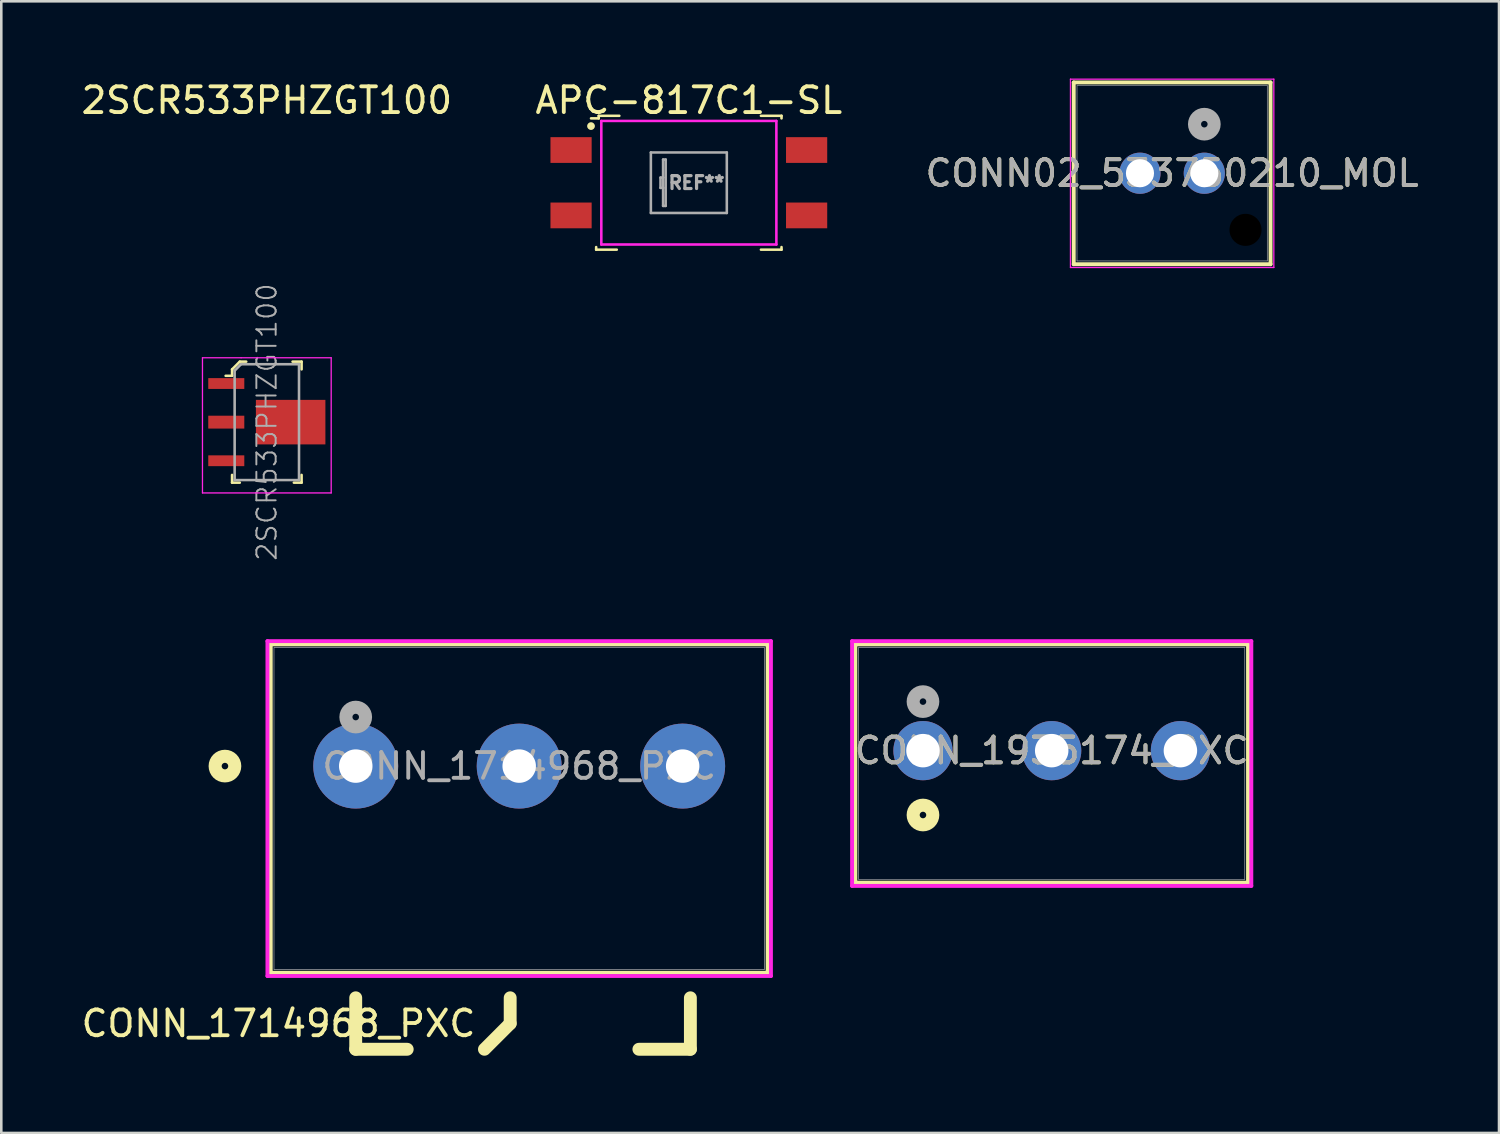
<source format=kicad_pcb>
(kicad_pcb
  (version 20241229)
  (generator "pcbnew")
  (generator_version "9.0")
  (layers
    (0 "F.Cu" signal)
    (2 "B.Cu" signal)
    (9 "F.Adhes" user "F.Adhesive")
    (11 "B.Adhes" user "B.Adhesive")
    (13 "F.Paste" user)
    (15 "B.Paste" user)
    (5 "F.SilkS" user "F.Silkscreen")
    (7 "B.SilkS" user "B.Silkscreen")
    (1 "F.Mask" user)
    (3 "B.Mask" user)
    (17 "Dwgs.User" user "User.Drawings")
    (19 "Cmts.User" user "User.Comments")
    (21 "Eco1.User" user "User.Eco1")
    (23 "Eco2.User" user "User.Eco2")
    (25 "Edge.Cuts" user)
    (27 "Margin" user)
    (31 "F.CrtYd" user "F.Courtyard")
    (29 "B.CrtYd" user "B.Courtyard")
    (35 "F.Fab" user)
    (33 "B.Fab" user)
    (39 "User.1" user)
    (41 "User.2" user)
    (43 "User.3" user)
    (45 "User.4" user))
  (footprint "APC-817C1-SL"
    (layer "F.Cu")
    (at 23.708 4.048)
    (property "Reference" "APC-817C1-SL" (at 0 -3.2 0) (layer "F.SilkS") (effects (font (size 1 1) (thickness 0.15))))
    (attr smd)
    (fp_line (start -3.8 -2.5) (end -3.5 -2.5) (stroke (width 0.1) (type solid)) (layer "F.SilkS"))
    (fp_line (start -3.6 2.5) (end -3.6 2.6) (stroke (width 0.1) (type solid)) (layer "F.SilkS"))
    (fp_line (start -3.6 2.6) (end -2.8 2.6) (stroke (width 0.1) (type solid)) (layer "F.SilkS"))
    (fp_line (start -3.5 -2.6) (end -2.7 -2.6) (stroke (width 0.1) (type solid)) (layer "F.SilkS"))
    (fp_line (start -3.5 -2.5) (end -3.5 -2.6) (stroke (width 0.1) (type solid)) (layer "F.SilkS"))
    (fp_line (start 3.6 -2.6) (end 2.8 -2.6) (stroke (width 0.1) (type solid)) (layer "F.SilkS"))
    (fp_line (start 3.6 -2.5) (end 3.6 -2.6) (stroke (width 0.1) (type solid)) (layer "F.SilkS"))
    (fp_line (start 3.6 2.5) (end 3.6 2.6) (stroke (width 0.1) (type solid)) (layer "F.SilkS"))
    (fp_line (start 3.6 2.6) (end 2.8 2.6) (stroke (width 0.1) (type solid)) (layer "F.SilkS"))
    (fp_circle (center -3.8 -2.2) (end -3.7 -2.2) (stroke (width 0.1) (type solid)) (fill yes) (layer "F.SilkS"))
    (fp_line (start -3.4 -2.4) (end 3.4 -2.4) (stroke (width 0.1) (type solid)) (layer "F.CrtYd"))
    (fp_line (start -3.4 2.4) (end -3.4 -2.4) (stroke (width 0.1) (type solid)) (layer "F.CrtYd"))
    (fp_line (start 3.4 -2.4) (end 3.4 2.4) (stroke (width 0.1) (type solid)) (layer "F.CrtYd"))
    (fp_line (start 3.4 2.4) (end -3.4 2.4) (stroke (width 0.1) (type solid)) (layer "F.CrtYd"))
    (fp_line (start -1.475 -1.175) (end -1.475 1.175) (stroke (width 0.1) (type solid)) (layer "F.Fab"))
    (fp_line (start -1.475 1.175) (end 1.475 1.175) (stroke (width 0.1) (type solid)) (layer "F.Fab"))
    (fp_line (start -1.1 -0.2) (end -1.1 0.2) (stroke (width 0.1) (type solid)) (layer "F.Fab"))
    (fp_line (start -1.1 0.2) (end -1 0.2) (stroke (width 0.1) (type solid)) (layer "F.Fab"))
    (fp_line (start -1 -0.9) (end -1 -0.2) (stroke (width 0.1) (type solid)) (layer "F.Fab"))
    (fp_line (start -1 -0.2) (end -1.1 -0.2) (stroke (width 0.1) (type solid)) (layer "F.Fab"))
    (fp_line (start -1 -0.2) (end -1 0.2) (stroke (width 0.1) (type solid)) (layer "F.Fab"))
    (fp_line (start -1 0.2) (end -1 0.9) (stroke (width 0.1) (type solid)) (layer "F.Fab"))
    (fp_line (start -1 0.9) (end -0.9 0.9) (stroke (width 0.1) (type solid)) (layer "F.Fab"))
    (fp_line (start -0.9 -0.9) (end -1 -0.9) (stroke (width 0.1) (type solid)) (layer "F.Fab"))
    (fp_line (start -0.9 0.9) (end -0.9 -0.9) (stroke (width 0.1) (type solid)) (layer "F.Fab"))
    (fp_line (start 1.475 -1.175) (end -1.475 -1.175) (stroke (width 0.1) (type solid)) (layer "F.Fab"))
    (fp_line (start 1.475 1.175) (end 1.475 -1.175) (stroke (width 0.1) (type solid)) (layer "F.Fab"))
    (fp_text user "REF**" (at 0.3 0 0) (layer "F.Fab") (effects (font (size 0.5 0.5) (thickness 0.125))))
    (pad "1" smd rect (at -4.575 -1.27) (size 1.6 1) (layers "F.Cu" "F.Mask" "F.Paste"))
    (pad "2" smd rect (at -4.575 1.27) (size 1.6 1) (layers "F.Cu" "F.Mask" "F.Paste"))
    (pad "3" smd rect (at 4.575 1.27) (size 1.6 1) (layers "F.Cu" "F.Mask" "F.Paste"))
    (pad "4" smd rect (at 4.575 -1.27) (size 1.6 1) (layers "F.Cu" "F.Mask" "F.Paste")))
  (footprint "CONN_1935174_PXC"
    (layer "F.Cu")
    (at 32.803 26.109)
    (property "Reference" "CONN_1935174_PXC" (at 5 0 0) (unlocked yes) (layer "F.SilkS") (effects (font (size 1 1) (thickness 0.15))))
    (attr through_hole)
    (fp_line (start -2.627 -4.127) (end -2.627 5.127) (stroke (width 0.152) (type solid)) (layer "F.SilkS"))
    (fp_line (start -2.627 5.127) (end 12.627 5.127) (stroke (width 0.152) (type solid)) (layer "F.SilkS"))
    (fp_line (start 12.627 -4.127) (end -2.627 -4.127) (stroke (width 0.152) (type solid)) (layer "F.SilkS"))
    (fp_line (start 12.627 5.127) (end 12.627 -4.127) (stroke (width 0.152) (type solid)) (layer "F.SilkS"))
    (fp_circle (center 0 2.5) (end 0.381 2.5) (stroke (width 0.508) (type solid)) (fill no) (layer "F.SilkS"))
    (fp_line (start -2.754 -4.254) (end -2.754 5.254) (stroke (width 0.152) (type solid)) (layer "F.CrtYd"))
    (fp_line (start -2.754 5.254) (end 12.754 5.254) (stroke (width 0.152) (type solid)) (layer "F.CrtYd"))
    (fp_line (start 12.754 -4.254) (end -2.754 -4.254) (stroke (width 0.152) (type solid)) (layer "F.CrtYd"))
    (fp_line (start 12.754 5.254) (end 12.754 -4.254) (stroke (width 0.152) (type solid)) (layer "F.CrtYd"))
    (fp_line (start -2.5 -4) (end -2.5 5) (stroke (width 0.025) (type solid)) (layer "F.Fab"))
    (fp_line (start -2.5 5) (end 12.5 5) (stroke (width 0.025) (type solid)) (layer "F.Fab"))
    (fp_line (start 12.5 -4) (end -2.5 -4) (stroke (width 0.025) (type solid)) (layer "F.Fab"))
    (fp_line (start 12.5 5) (end 12.5 -4) (stroke (width 0.025) (type solid)) (layer "F.Fab"))
    (fp_circle (center 0 -1.905) (end 0.381 -1.905) (stroke (width 0.508) (type solid)) (fill no) (layer "F.Fab"))
    (fp_text user "${REFERENCE}" (at 5 0 0) (unlocked yes) (layer "F.Fab") (effects (font (size 1 1) (thickness 0.15))))
    (pad "1" thru_hole circle (at 0 0) (size 2.3 2.3) (drill 1.3) (layers "*.Cu" "*.Mask"))
    (pad "2" thru_hole circle (at 5 0) (size 2.3 2.3) (drill 1.3) (layers "*.Cu" "*.Mask"))
    (pad "3" thru_hole circle (at 10 0) (size 2.3 2.3) (drill 1.3) (layers "*.Cu" "*.Mask")))
  (footprint "CONN_1714968_PXC"
    (layer "F.Cu")
    (at 10.768 26.709)
    (property "Reference" "CONN_1714968_PXC" (at -3 10 0) (unlocked yes) (layer "F.SilkS") (effects (font (size 1 1) (thickness 0.15))))
    (attr through_hole)
    (fp_line (start -3.302 -4.727) (end -3.302 8.027) (stroke (width 0.152) (type solid)) (layer "F.SilkS"))
    (fp_line (start -3.302 8.027) (end 16.002 8.027) (stroke (width 0.152) (type solid)) (layer "F.SilkS"))
    (fp_line (start 0 9) (end 0 11) (stroke (width 0.5) (type default)) (layer "F.SilkS"))
    (fp_line (start 0 11) (end 2 11) (stroke (width 0.5) (type default)) (layer "F.SilkS"))
    (fp_line (start 6 9) (end 6 10) (stroke (width 0.5) (type default)) (layer "F.SilkS"))
    (fp_line (start 6 10) (end 5 11) (stroke (width 0.5) (type default)) (layer "F.SilkS"))
    (fp_line (start 13 9) (end 13 11) (stroke (width 0.5) (type default)) (layer "F.SilkS"))
    (fp_line (start 13 11) (end 11 11) (stroke (width 0.5) (type default)) (layer "F.SilkS"))
    (fp_line (start 16.002 -4.727) (end -3.302 -4.727) (stroke (width 0.152) (type solid)) (layer "F.SilkS"))
    (fp_line (start 16.002 8.027) (end 16.002 -4.727) (stroke (width 0.152) (type solid)) (layer "F.SilkS"))
    (fp_circle (center -5.08 0) (end -4.699 0) (stroke (width 0.508) (type solid)) (fill no) (layer "F.SilkS"))
    (fp_line (start -3.429 -4.854) (end -3.429 8.154) (stroke (width 0.152) (type solid)) (layer "F.CrtYd"))
    (fp_line (start -3.429 8.154) (end 16.129 8.154) (stroke (width 0.152) (type solid)) (layer "F.CrtYd"))
    (fp_line (start 16.129 -4.854) (end -3.429 -4.854) (stroke (width 0.152) (type solid)) (layer "F.CrtYd"))
    (fp_line (start 16.129 8.154) (end 16.129 -4.854) (stroke (width 0.152) (type solid)) (layer "F.CrtYd"))
    (fp_line (start -3.175 -4.6) (end -3.175 7.9) (stroke (width 0.025) (type solid)) (layer "F.Fab"))
    (fp_line (start -3.175 7.9) (end 15.875 7.9) (stroke (width 0.025) (type solid)) (layer "F.Fab"))
    (fp_line (start 15.875 -4.6) (end -3.175 -4.6) (stroke (width 0.025) (type solid)) (layer "F.Fab"))
    (fp_line (start 15.875 7.9) (end 15.875 -4.6) (stroke (width 0.025) (type solid)) (layer "F.Fab"))
    (fp_circle (center 0 -1.905) (end 0.381 -1.905) (stroke (width 0.508) (type solid)) (fill no) (layer "F.Fab"))
    (fp_text user "${REFERENCE}" (at 6.35 0 0) (unlocked yes) (layer "F.Fab") (effects (font (size 1 1) (thickness 0.15))))
    (pad "1" thru_hole circle (at 0 0) (size 3.3 3.3) (drill 1.3) (layers "*.Cu" "*.Mask"))
    (pad "2" thru_hole circle (at 6.35 0) (size 3.3 3.3) (drill 1.3) (layers "*.Cu" "*.Mask"))
    (pad "3" thru_hole circle (at 12.7 0) (size 3.3 3.3) (drill 1.3) (layers "*.Cu" "*.Mask")))
  (footprint "2SCR533PHZGT100"
    (layer "F.Cu")
    (at 7.315 13.348)
    (property "Reference" "2SCR533PHZGT100" (at 0 -12.5 0) (layer "F.SilkS") (effects (font (size 1 1) (thickness 0.15))))
    (attr smd)
    (fp_line (start -1.35 -2.05) (end -1.35 -1.8) (stroke (width 0.1) (type solid)) (layer "F.SilkS"))
    (fp_line (start -1.35 -1.8) (end -1.6 -1.8) (stroke (width 0.1) (type solid)) (layer "F.SilkS"))
    (fp_line (start -1.35 2.35) (end -1.35 2.05) (stroke (width 0.1) (type solid)) (layer "F.SilkS"))
    (fp_line (start -1.05 -2.35) (end -1.35 -2.05) (stroke (width 0.1) (type solid)) (layer "F.SilkS"))
    (fp_line (start -1.05 2.35) (end -1.35 2.35) (stroke (width 0.1) (type solid)) (layer "F.SilkS"))
    (fp_line (start -0.8 -2.35) (end -1.05 -2.35) (stroke (width 0.1) (type solid)) (layer "F.SilkS"))
    (fp_line (start 1 -2.35) (end 1.35 -2.35) (stroke (width 0.1) (type solid)) (layer "F.SilkS"))
    (fp_line (start 1.35 -2.35) (end 1.35 -2.05) (stroke (width 0.1) (type solid)) (layer "F.SilkS"))
    (fp_line (start 1.35 2.05) (end 1.35 2.35) (stroke (width 0.1) (type solid)) (layer "F.SilkS"))
    (fp_line (start 1.35 2.35) (end 1.05 2.35) (stroke (width 0.1) (type solid)) (layer "F.SilkS"))
    (fp_line (start -2.5 -2.5) (end -1 -2.5) (stroke (width 0.05) (type solid)) (layer "F.CrtYd"))
    (fp_line (start -2.5 2.75) (end -2.5 -2.5) (stroke (width 0.05) (type solid)) (layer "F.CrtYd"))
    (fp_line (start -1 -2.5) (end 2.5 -2.5) (stroke (width 0.05) (type solid)) (layer "F.CrtYd"))
    (fp_line (start 2.5 -2.5) (end 2.5 2.75) (stroke (width 0.05) (type solid)) (layer "F.CrtYd"))
    (fp_line (start 2.5 2.75) (end -2.5 2.75) (stroke (width 0.05) (type solid)) (layer "F.CrtYd"))
    (fp_line (start -1.25 -2) (end -1.25 2.25) (stroke (width 0.1) (type solid)) (layer "F.Fab"))
    (fp_line (start -1.25 2.25) (end 1.25 2.25) (stroke (width 0.1) (type solid)) (layer "F.Fab"))
    (fp_line (start -1 -2.25) (end -1.25 -2) (stroke (width 0.1) (type solid)) (layer "F.Fab"))
    (fp_line (start 1.25 -2.25) (end -1 -2.25) (stroke (width 0.1) (type solid)) (layer "F.Fab"))
    (fp_line (start 1.25 -2.25) (end 1.25 2.25) (stroke (width 0.1) (type solid)) (layer "F.Fab"))
    (fp_text user "${REFERENCE}" (at 0 0 90) (layer "F.Fab") (effects (font (size 0.75 0.75) (thickness 0.075))))
    (pad "1" smd rect (at -1.575 1.5) (size 1.4 0.42) (layers "F.Cu" "F.Mask" "F.Paste"))
    (pad "2" smd rect (at -1.575 -1.5) (size 1.4 0.42) (layers "F.Cu" "F.Mask" "F.Paste"))
    (pad "3" smd rect (at -1.575 0) (size 1.4 0.5) (layers "F.Cu" "F.Mask" "F.Paste"))
    (pad "3" smd rect (at 0.925 0) (size 2.7 1.73) (layers "F.Cu" "F.Mask" "F.Paste")))
  (footprint "CONN02_533750210_MOL"
    (layer "F.Cu")
    (at 43.732 3.679)
    (property "Reference" "CONN02_533750210_MOL" (at -1.25 0 0) (unlocked yes) (layer "F.SilkS") (effects (font (size 1 1) (thickness 0.15))))
    (attr through_hole)
    (fp_line (start -5.073 -3.527) (end -5.073 3.534) (stroke (width 0.152) (type solid)) (layer "F.SilkS"))
    (fp_line (start -5.073 3.534) (end 2.573 3.534) (stroke (width 0.152) (type solid)) (layer "F.SilkS"))
    (fp_line (start 2.573 -3.527) (end -5.073 -3.527) (stroke (width 0.152) (type solid)) (layer "F.SilkS"))
    (fp_line (start 2.573 3.534) (end 2.573 -3.527) (stroke (width 0.152) (type solid)) (layer "F.SilkS"))
    (fp_line (start -5.2 -3.654) (end -5.2 3.661) (stroke (width 0.05) (type solid)) (layer "F.CrtYd"))
    (fp_line (start -5.2 3.661) (end 2.7 3.661) (stroke (width 0.05) (type solid)) (layer "F.CrtYd"))
    (fp_line (start 2.7 -3.654) (end -5.2 -3.654) (stroke (width 0.05) (type solid)) (layer "F.CrtYd"))
    (fp_line (start 2.7 3.661) (end 2.7 -3.654) (stroke (width 0.05) (type solid)) (layer "F.CrtYd"))
    (fp_line (start -4.946 -3.4) (end -4.946 3.407) (stroke (width 0.025) (type solid)) (layer "F.Fab"))
    (fp_line (start -4.946 3.407) (end 2.446 3.407) (stroke (width 0.025) (type solid)) (layer "F.Fab"))
    (fp_line (start 2.446 -3.4) (end -4.946 -3.4) (stroke (width 0.025) (type solid)) (layer "F.Fab"))
    (fp_line (start 2.446 3.407) (end 2.446 -3.4) (stroke (width 0.025) (type solid)) (layer "F.Fab"))
    (fp_circle (center 0 -1.905) (end 0.381 -1.905) (stroke (width 0.508) (type solid)) (fill no) (layer "F.Fab"))
    (fp_text user "${REFERENCE}" (at -1.25 0 0) (unlocked yes) (layer "F.Fab") (effects (font (size 1 1) (thickness 0.15))))
    (pad "" np_thru_hole circle (at 1.6 2.2) (size 1.3 1.3) (drill 1.245) (layers "*.Mask"))
    (pad "1" thru_hole circle (at 0 0) (size 1.6 1.6) (drill 1.092) (layers "*.Cu" "*.Mask"))
    (pad "2" thru_hole circle (at -2.5 0) (size 1.6 1.6) (drill 1.092) (layers "*.Cu" "*.Mask")))
  (gr_rect
    (start -3 -3)
    (end 55.179 40.959)
    (stroke (width 0.1) (type default))
    (fill no)
    (layer "Edge.Cuts")))
</source>
